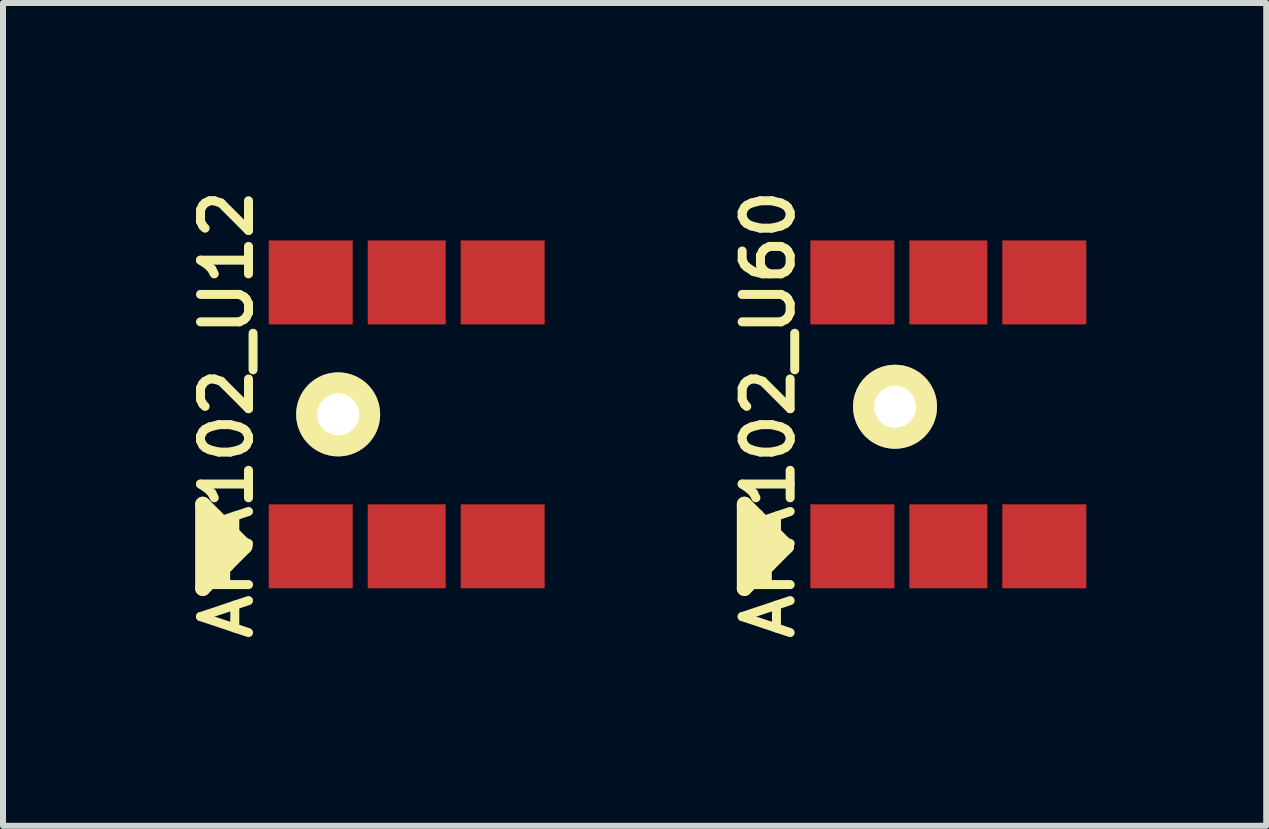
<source format=kicad_pcb>
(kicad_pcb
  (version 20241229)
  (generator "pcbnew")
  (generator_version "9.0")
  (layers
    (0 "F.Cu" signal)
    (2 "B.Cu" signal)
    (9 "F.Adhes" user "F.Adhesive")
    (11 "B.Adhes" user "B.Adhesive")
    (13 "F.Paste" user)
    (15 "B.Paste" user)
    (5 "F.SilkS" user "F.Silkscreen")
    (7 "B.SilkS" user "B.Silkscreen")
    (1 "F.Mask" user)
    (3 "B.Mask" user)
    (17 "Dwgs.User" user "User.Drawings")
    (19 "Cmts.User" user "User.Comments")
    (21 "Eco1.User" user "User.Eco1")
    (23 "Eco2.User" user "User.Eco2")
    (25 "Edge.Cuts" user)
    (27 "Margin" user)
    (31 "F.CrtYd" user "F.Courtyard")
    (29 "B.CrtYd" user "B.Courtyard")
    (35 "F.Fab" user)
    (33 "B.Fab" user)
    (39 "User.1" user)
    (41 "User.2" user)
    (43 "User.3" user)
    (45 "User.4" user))
  (footprint "APA102_U60"
    (layer "F.Cu")
    (at 12.762 3.859)
    (property "Reference" "APA102_U60" (at -3 0 90) (layer "F.SilkS") (effects (font (size 0.8 0.8) (thickness 0.15))))
    (attr through_hole)
    (fp_line (start -3.4 1.5) (end -3.4 2.9) (stroke (width 0.254) (type solid)) (layer "F.SilkS"))
    (fp_line (start -3.4 2.9) (end -2.7 2.2) (stroke (width 0.254) (type solid)) (layer "F.SilkS"))
    (fp_line (start -3.2 1.7) (end -3.2 2.7) (stroke (width 0.254) (type solid)) (layer "F.SilkS"))
    (fp_line (start -3 1.9) (end -3 2.5) (stroke (width 0.254) (type solid)) (layer "F.SilkS"))
    (fp_line (start -2.7 2.2) (end -3.4 1.5) (stroke (width 0.254) (type solid)) (layer "F.SilkS"))
    (pad "1" smd rect (at -1.6 2.2 90) (size 1.4 1.4) (layers "F.Cu" "F.Mask" "F.Paste"))
    (pad "2" smd rect (at 0 2.2 90) (size 1.4 1.3) (layers "F.Cu" "F.Mask" "F.Paste"))
    (pad "3" thru_hole circle (at -0.889 -0.127) (size 1.4 1.4) (drill 0.7) (layers "*.Cu" "*.Mask" "F.SilkS"))
    (pad "3" smd rect (at 1.6 2.2 90) (size 1.4 1.4) (layers "F.Cu" "F.Mask" "F.Paste"))
    (pad "4" smd rect (at 1.6 -2.2 90) (size 1.4 1.4) (layers "F.Cu" "F.Mask" "F.Paste"))
    (pad "5" smd rect (at 0 -2.2 90) (size 1.4 1.3) (layers "F.Cu" "F.Mask" "F.Paste"))
    (pad "6" smd rect (at -1.6 -2.2 90) (size 1.4 1.4) (layers "F.Cu" "F.Mask" "F.Paste")))
  (footprint "APA102_U12"
    (layer "F.Cu")
    (at 3.731 3.859)
    (property "Reference" "APA102_U12" (at -3 0 90) (layer "F.SilkS") (effects (font (size 0.8 0.8) (thickness 0.15))))
    (attr through_hole)
    (fp_line (start -3.4 1.5) (end -3.4 2.9) (stroke (width 0.254) (type solid)) (layer "F.SilkS"))
    (fp_line (start -3.4 2.9) (end -2.7 2.2) (stroke (width 0.254) (type solid)) (layer "F.SilkS"))
    (fp_line (start -3.2 1.7) (end -3.2 2.7) (stroke (width 0.254) (type solid)) (layer "F.SilkS"))
    (fp_line (start -3 1.9) (end -3 2.5) (stroke (width 0.254) (type solid)) (layer "F.SilkS"))
    (fp_line (start -2.7 2.2) (end -3.4 1.5) (stroke (width 0.254) (type solid)) (layer "F.SilkS"))
    (pad "1" smd rect (at -1.6 2.2 90) (size 1.4 1.4) (layers "F.Cu" "F.Mask" "F.Paste"))
    (pad "2" smd rect (at 0 2.2 90) (size 1.4 1.3) (layers "F.Cu" "F.Mask" "F.Paste"))
    (pad "3" thru_hole circle (at -1.143 0) (size 1.4 1.4) (drill 0.7) (layers "*.Cu" "*.Mask" "F.SilkS"))
    (pad "3" smd rect (at 1.6 2.2 90) (size 1.4 1.4) (layers "F.Cu" "F.Mask" "F.Paste"))
    (pad "4" smd rect (at 1.6 -2.2 90) (size 1.4 1.4) (layers "F.Cu" "F.Mask" "F.Paste"))
    (pad "5" smd rect (at 0 -2.2 90) (size 1.4 1.3) (layers "F.Cu" "F.Mask" "F.Paste"))
    (pad "6" smd rect (at -1.6 -2.2 90) (size 1.4 1.4) (layers "F.Cu" "F.Mask" "F.Paste")))
  (gr_rect
    (start -3 -3)
    (end 18.062 10.719)
    (stroke (width 0.1) (type default))
    (fill no)
    (layer "Edge.Cuts")))
</source>
